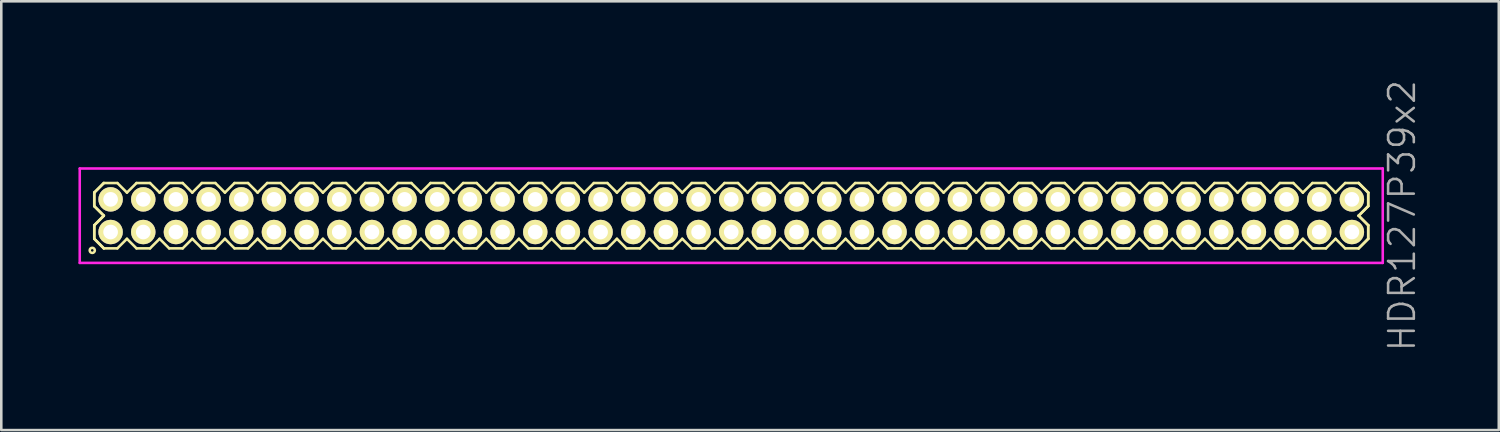
<source format=kicad_pcb>
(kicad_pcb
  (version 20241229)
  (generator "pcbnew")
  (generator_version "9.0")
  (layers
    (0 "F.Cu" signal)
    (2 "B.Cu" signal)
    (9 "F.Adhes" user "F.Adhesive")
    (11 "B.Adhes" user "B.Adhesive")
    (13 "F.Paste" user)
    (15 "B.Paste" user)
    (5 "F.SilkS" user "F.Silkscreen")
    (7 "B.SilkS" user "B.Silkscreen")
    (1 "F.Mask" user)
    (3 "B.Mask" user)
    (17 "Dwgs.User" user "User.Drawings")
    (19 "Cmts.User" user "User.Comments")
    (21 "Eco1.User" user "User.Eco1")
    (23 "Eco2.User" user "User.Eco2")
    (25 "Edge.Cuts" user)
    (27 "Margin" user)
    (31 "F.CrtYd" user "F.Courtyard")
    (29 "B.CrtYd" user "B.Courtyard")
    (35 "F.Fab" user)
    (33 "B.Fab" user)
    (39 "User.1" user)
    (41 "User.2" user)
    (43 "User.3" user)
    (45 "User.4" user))
  (footprint "HDR127P39x2"
    (layer "F.Cu")
    (at 25.38 5.336)
    (property "Reference" "HDR127P39x2" (at 26.08 0 90) (layer "F.Fab") (effects (font (size 1 1) (thickness 0.1))))
    (attr through_hole)
    (fp_line (start -24.765 -0.898) (end -24.393 -1.27) (stroke (width 0.1) (type solid)) (layer "F.SilkS"))
    (fp_line (start -24.765 -0.898) (end -24.393 -1.27) (stroke (width 0.1) (type solid)) (layer "F.SilkS"))
    (fp_line (start -24.765 -0.372) (end -24.765 -0.898) (stroke (width 0.1) (type solid)) (layer "F.SilkS"))
    (fp_line (start -24.765 -0.372) (end -24.765 -0.898) (stroke (width 0.1) (type solid)) (layer "F.SilkS"))
    (fp_line (start -24.765 0.372) (end -24.393 0) (stroke (width 0.1) (type solid)) (layer "F.SilkS"))
    (fp_line (start -24.765 0.372) (end -24.393 0) (stroke (width 0.1) (type solid)) (layer "F.SilkS"))
    (fp_line (start -24.765 0.898) (end -24.765 0.372) (stroke (width 0.1) (type solid)) (layer "F.SilkS"))
    (fp_line (start -24.765 0.898) (end -24.765 0.372) (stroke (width 0.1) (type solid)) (layer "F.SilkS"))
    (fp_line (start -24.393 -1.27) (end -23.867 -1.27) (stroke (width 0.1) (type solid)) (layer "F.SilkS"))
    (fp_line (start -24.393 0) (end -24.765 -0.372) (stroke (width 0.1) (type solid)) (layer "F.SilkS"))
    (fp_line (start -24.393 0) (end -24.765 -0.372) (stroke (width 0.1) (type solid)) (layer "F.SilkS"))
    (fp_line (start -24.393 1.27) (end -24.765 0.898) (stroke (width 0.1) (type solid)) (layer "F.SilkS"))
    (fp_line (start -24.393 1.27) (end -24.765 0.898) (stroke (width 0.1) (type solid)) (layer "F.SilkS"))
    (fp_line (start -23.867 -1.27) (end -23.495 -0.898) (stroke (width 0.1) (type solid)) (layer "F.SilkS"))
    (fp_line (start -23.867 1.27) (end -24.393 1.27) (stroke (width 0.1) (type solid)) (layer "F.SilkS"))
    (fp_line (start -23.495 -0.898) (end -23.123 -1.27) (stroke (width 0.1) (type solid)) (layer "F.SilkS"))
    (fp_line (start -23.495 0.898) (end -23.867 1.27) (stroke (width 0.1) (type solid)) (layer "F.SilkS"))
    (fp_line (start -23.123 -1.27) (end -22.597 -1.27) (stroke (width 0.1) (type solid)) (layer "F.SilkS"))
    (fp_line (start -23.123 1.27) (end -23.495 0.898) (stroke (width 0.1) (type solid)) (layer "F.SilkS"))
    (fp_line (start -22.597 -1.27) (end -22.225 -0.898) (stroke (width 0.1) (type solid)) (layer "F.SilkS"))
    (fp_line (start -22.597 1.27) (end -23.123 1.27) (stroke (width 0.1) (type solid)) (layer "F.SilkS"))
    (fp_line (start -22.225 -0.898) (end -21.853 -1.27) (stroke (width 0.1) (type solid)) (layer "F.SilkS"))
    (fp_line (start -22.225 0.898) (end -22.597 1.27) (stroke (width 0.1) (type solid)) (layer "F.SilkS"))
    (fp_line (start -21.853 -1.27) (end -21.327 -1.27) (stroke (width 0.1) (type solid)) (layer "F.SilkS"))
    (fp_line (start -21.853 1.27) (end -22.225 0.898) (stroke (width 0.1) (type solid)) (layer "F.SilkS"))
    (fp_line (start -21.327 -1.27) (end -20.955 -0.898) (stroke (width 0.1) (type solid)) (layer "F.SilkS"))
    (fp_line (start -21.327 1.27) (end -21.853 1.27) (stroke (width 0.1) (type solid)) (layer "F.SilkS"))
    (fp_line (start -20.955 -0.898) (end -20.583 -1.27) (stroke (width 0.1) (type solid)) (layer "F.SilkS"))
    (fp_line (start -20.955 0.898) (end -21.327 1.27) (stroke (width 0.1) (type solid)) (layer "F.SilkS"))
    (fp_line (start -20.583 -1.27) (end -20.057 -1.27) (stroke (width 0.1) (type solid)) (layer "F.SilkS"))
    (fp_line (start -20.583 1.27) (end -20.955 0.898) (stroke (width 0.1) (type solid)) (layer "F.SilkS"))
    (fp_line (start -20.057 -1.27) (end -19.685 -0.898) (stroke (width 0.1) (type solid)) (layer "F.SilkS"))
    (fp_line (start -20.057 1.27) (end -20.583 1.27) (stroke (width 0.1) (type solid)) (layer "F.SilkS"))
    (fp_line (start -19.685 -0.898) (end -19.313 -1.27) (stroke (width 0.1) (type solid)) (layer "F.SilkS"))
    (fp_line (start -19.685 0.898) (end -20.057 1.27) (stroke (width 0.1) (type solid)) (layer "F.SilkS"))
    (fp_line (start -19.313 -1.27) (end -18.787 -1.27) (stroke (width 0.1) (type solid)) (layer "F.SilkS"))
    (fp_line (start -19.313 1.27) (end -19.685 0.898) (stroke (width 0.1) (type solid)) (layer "F.SilkS"))
    (fp_line (start -18.787 -1.27) (end -18.415 -0.898) (stroke (width 0.1) (type solid)) (layer "F.SilkS"))
    (fp_line (start -18.787 1.27) (end -19.313 1.27) (stroke (width 0.1) (type solid)) (layer "F.SilkS"))
    (fp_line (start -18.415 -0.898) (end -18.043 -1.27) (stroke (width 0.1) (type solid)) (layer "F.SilkS"))
    (fp_line (start -18.415 0.898) (end -18.787 1.27) (stroke (width 0.1) (type solid)) (layer "F.SilkS"))
    (fp_line (start -18.043 -1.27) (end -17.517 -1.27) (stroke (width 0.1) (type solid)) (layer "F.SilkS"))
    (fp_line (start -18.043 1.27) (end -18.415 0.898) (stroke (width 0.1) (type solid)) (layer "F.SilkS"))
    (fp_line (start -17.517 -1.27) (end -17.145 -0.898) (stroke (width 0.1) (type solid)) (layer "F.SilkS"))
    (fp_line (start -17.517 1.27) (end -18.043 1.27) (stroke (width 0.1) (type solid)) (layer "F.SilkS"))
    (fp_line (start -17.145 -0.898) (end -16.773 -1.27) (stroke (width 0.1) (type solid)) (layer "F.SilkS"))
    (fp_line (start -17.145 0.898) (end -17.517 1.27) (stroke (width 0.1) (type solid)) (layer "F.SilkS"))
    (fp_line (start -16.773 -1.27) (end -16.247 -1.27) (stroke (width 0.1) (type solid)) (layer "F.SilkS"))
    (fp_line (start -16.773 1.27) (end -17.145 0.898) (stroke (width 0.1) (type solid)) (layer "F.SilkS"))
    (fp_line (start -16.247 -1.27) (end -15.875 -0.898) (stroke (width 0.1) (type solid)) (layer "F.SilkS"))
    (fp_line (start -16.247 1.27) (end -16.773 1.27) (stroke (width 0.1) (type solid)) (layer "F.SilkS"))
    (fp_line (start -15.875 -0.898) (end -15.503 -1.27) (stroke (width 0.1) (type solid)) (layer "F.SilkS"))
    (fp_line (start -15.875 0.898) (end -16.247 1.27) (stroke (width 0.1) (type solid)) (layer "F.SilkS"))
    (fp_line (start -15.503 -1.27) (end -14.977 -1.27) (stroke (width 0.1) (type solid)) (layer "F.SilkS"))
    (fp_line (start -15.503 1.27) (end -15.875 0.898) (stroke (width 0.1) (type solid)) (layer "F.SilkS"))
    (fp_line (start -14.977 -1.27) (end -14.605 -0.898) (stroke (width 0.1) (type solid)) (layer "F.SilkS"))
    (fp_line (start -14.977 1.27) (end -15.503 1.27) (stroke (width 0.1) (type solid)) (layer "F.SilkS"))
    (fp_line (start -14.605 -0.898) (end -14.233 -1.27) (stroke (width 0.1) (type solid)) (layer "F.SilkS"))
    (fp_line (start -14.605 0.898) (end -14.977 1.27) (stroke (width 0.1) (type solid)) (layer "F.SilkS"))
    (fp_line (start -14.233 -1.27) (end -13.707 -1.27) (stroke (width 0.1) (type solid)) (layer "F.SilkS"))
    (fp_line (start -14.233 1.27) (end -14.605 0.898) (stroke (width 0.1) (type solid)) (layer "F.SilkS"))
    (fp_line (start -13.707 -1.27) (end -13.335 -0.898) (stroke (width 0.1) (type solid)) (layer "F.SilkS"))
    (fp_line (start -13.707 1.27) (end -14.233 1.27) (stroke (width 0.1) (type solid)) (layer "F.SilkS"))
    (fp_line (start -13.335 -0.898) (end -12.963 -1.27) (stroke (width 0.1) (type solid)) (layer "F.SilkS"))
    (fp_line (start -13.335 0.898) (end -13.707 1.27) (stroke (width 0.1) (type solid)) (layer "F.SilkS"))
    (fp_line (start -12.963 -1.27) (end -12.437 -1.27) (stroke (width 0.1) (type solid)) (layer "F.SilkS"))
    (fp_line (start -12.963 1.27) (end -13.335 0.898) (stroke (width 0.1) (type solid)) (layer "F.SilkS"))
    (fp_line (start -12.437 -1.27) (end -12.065 -0.898) (stroke (width 0.1) (type solid)) (layer "F.SilkS"))
    (fp_line (start -12.437 1.27) (end -12.963 1.27) (stroke (width 0.1) (type solid)) (layer "F.SilkS"))
    (fp_line (start -12.065 -0.898) (end -11.693 -1.27) (stroke (width 0.1) (type solid)) (layer "F.SilkS"))
    (fp_line (start -12.065 0.898) (end -12.437 1.27) (stroke (width 0.1) (type solid)) (layer "F.SilkS"))
    (fp_line (start -11.693 -1.27) (end -11.167 -1.27) (stroke (width 0.1) (type solid)) (layer "F.SilkS"))
    (fp_line (start -11.693 1.27) (end -12.065 0.898) (stroke (width 0.1) (type solid)) (layer "F.SilkS"))
    (fp_line (start -11.167 -1.27) (end -10.795 -0.898) (stroke (width 0.1) (type solid)) (layer "F.SilkS"))
    (fp_line (start -11.167 1.27) (end -11.693 1.27) (stroke (width 0.1) (type solid)) (layer "F.SilkS"))
    (fp_line (start -10.795 -0.898) (end -10.423 -1.27) (stroke (width 0.1) (type solid)) (layer "F.SilkS"))
    (fp_line (start -10.795 0.898) (end -11.167 1.27) (stroke (width 0.1) (type solid)) (layer "F.SilkS"))
    (fp_line (start -10.423 -1.27) (end -9.897 -1.27) (stroke (width 0.1) (type solid)) (layer "F.SilkS"))
    (fp_line (start -10.423 1.27) (end -10.795 0.898) (stroke (width 0.1) (type solid)) (layer "F.SilkS"))
    (fp_line (start -9.897 -1.27) (end -9.525 -0.898) (stroke (width 0.1) (type solid)) (layer "F.SilkS"))
    (fp_line (start -9.897 1.27) (end -10.423 1.27) (stroke (width 0.1) (type solid)) (layer "F.SilkS"))
    (fp_line (start -9.525 -0.898) (end -9.153 -1.27) (stroke (width 0.1) (type solid)) (layer "F.SilkS"))
    (fp_line (start -9.525 0.898) (end -9.897 1.27) (stroke (width 0.1) (type solid)) (layer "F.SilkS"))
    (fp_line (start -9.153 -1.27) (end -8.627 -1.27) (stroke (width 0.1) (type solid)) (layer "F.SilkS"))
    (fp_line (start -9.153 1.27) (end -9.525 0.898) (stroke (width 0.1) (type solid)) (layer "F.SilkS"))
    (fp_line (start -8.627 -1.27) (end -8.255 -0.898) (stroke (width 0.1) (type solid)) (layer "F.SilkS"))
    (fp_line (start -8.627 1.27) (end -9.153 1.27) (stroke (width 0.1) (type solid)) (layer "F.SilkS"))
    (fp_line (start -8.255 -0.898) (end -7.883 -1.27) (stroke (width 0.1) (type solid)) (layer "F.SilkS"))
    (fp_line (start -8.255 0.898) (end -8.627 1.27) (stroke (width 0.1) (type solid)) (layer "F.SilkS"))
    (fp_line (start -7.883 -1.27) (end -7.357 -1.27) (stroke (width 0.1) (type solid)) (layer "F.SilkS"))
    (fp_line (start -7.883 1.27) (end -8.255 0.898) (stroke (width 0.1) (type solid)) (layer "F.SilkS"))
    (fp_line (start -7.357 -1.27) (end -6.985 -0.898) (stroke (width 0.1) (type solid)) (layer "F.SilkS"))
    (fp_line (start -7.357 1.27) (end -7.883 1.27) (stroke (width 0.1) (type solid)) (layer "F.SilkS"))
    (fp_line (start -6.985 -0.898) (end -6.613 -1.27) (stroke (width 0.1) (type solid)) (layer "F.SilkS"))
    (fp_line (start -6.985 0.898) (end -7.357 1.27) (stroke (width 0.1) (type solid)) (layer "F.SilkS"))
    (fp_line (start -6.613 -1.27) (end -6.087 -1.27) (stroke (width 0.1) (type solid)) (layer "F.SilkS"))
    (fp_line (start -6.613 1.27) (end -6.985 0.898) (stroke (width 0.1) (type solid)) (layer "F.SilkS"))
    (fp_line (start -6.087 -1.27) (end -5.715 -0.898) (stroke (width 0.1) (type solid)) (layer "F.SilkS"))
    (fp_line (start -6.087 1.27) (end -6.613 1.27) (stroke (width 0.1) (type solid)) (layer "F.SilkS"))
    (fp_line (start -5.715 -0.898) (end -5.343 -1.27) (stroke (width 0.1) (type solid)) (layer "F.SilkS"))
    (fp_line (start -5.715 0.898) (end -6.087 1.27) (stroke (width 0.1) (type solid)) (layer "F.SilkS"))
    (fp_line (start -5.343 -1.27) (end -4.817 -1.27) (stroke (width 0.1) (type solid)) (layer "F.SilkS"))
    (fp_line (start -5.343 1.27) (end -5.715 0.898) (stroke (width 0.1) (type solid)) (layer "F.SilkS"))
    (fp_line (start -4.817 -1.27) (end -4.445 -0.898) (stroke (width 0.1) (type solid)) (layer "F.SilkS"))
    (fp_line (start -4.817 1.27) (end -5.343 1.27) (stroke (width 0.1) (type solid)) (layer "F.SilkS"))
    (fp_line (start -4.445 -0.898) (end -4.073 -1.27) (stroke (width 0.1) (type solid)) (layer "F.SilkS"))
    (fp_line (start -4.445 0.898) (end -4.817 1.27) (stroke (width 0.1) (type solid)) (layer "F.SilkS"))
    (fp_line (start -4.073 -1.27) (end -3.547 -1.27) (stroke (width 0.1) (type solid)) (layer "F.SilkS"))
    (fp_line (start -4.073 1.27) (end -4.445 0.898) (stroke (width 0.1) (type solid)) (layer "F.SilkS"))
    (fp_line (start -3.547 -1.27) (end -3.175 -0.898) (stroke (width 0.1) (type solid)) (layer "F.SilkS"))
    (fp_line (start -3.547 1.27) (end -4.073 1.27) (stroke (width 0.1) (type solid)) (layer "F.SilkS"))
    (fp_line (start -3.175 -0.898) (end -2.803 -1.27) (stroke (width 0.1) (type solid)) (layer "F.SilkS"))
    (fp_line (start -3.175 0.898) (end -3.547 1.27) (stroke (width 0.1) (type solid)) (layer "F.SilkS"))
    (fp_line (start -2.803 -1.27) (end -2.277 -1.27) (stroke (width 0.1) (type solid)) (layer "F.SilkS"))
    (fp_line (start -2.803 1.27) (end -3.175 0.898) (stroke (width 0.1) (type solid)) (layer "F.SilkS"))
    (fp_line (start -2.277 -1.27) (end -1.905 -0.898) (stroke (width 0.1) (type solid)) (layer "F.SilkS"))
    (fp_line (start -2.277 1.27) (end -2.803 1.27) (stroke (width 0.1) (type solid)) (layer "F.SilkS"))
    (fp_line (start -1.905 -0.898) (end -1.533 -1.27) (stroke (width 0.1) (type solid)) (layer "F.SilkS"))
    (fp_line (start -1.905 0.898) (end -2.277 1.27) (stroke (width 0.1) (type solid)) (layer "F.SilkS"))
    (fp_line (start -1.533 -1.27) (end -1.007 -1.27) (stroke (width 0.1) (type solid)) (layer "F.SilkS"))
    (fp_line (start -1.533 1.27) (end -1.905 0.898) (stroke (width 0.1) (type solid)) (layer "F.SilkS"))
    (fp_line (start -1.007 -1.27) (end -0.635 -0.898) (stroke (width 0.1) (type solid)) (layer "F.SilkS"))
    (fp_line (start -1.007 1.27) (end -1.533 1.27) (stroke (width 0.1) (type solid)) (layer "F.SilkS"))
    (fp_line (start -0.635 -0.898) (end -0.263 -1.27) (stroke (width 0.1) (type solid)) (layer "F.SilkS"))
    (fp_line (start -0.635 0.898) (end -1.007 1.27) (stroke (width 0.1) (type solid)) (layer "F.SilkS"))
    (fp_line (start -0.263 -1.27) (end 0.263 -1.27) (stroke (width 0.1) (type solid)) (layer "F.SilkS"))
    (fp_line (start -0.263 1.27) (end -0.635 0.898) (stroke (width 0.1) (type solid)) (layer "F.SilkS"))
    (fp_line (start 0.263 -1.27) (end 0.635 -0.898) (stroke (width 0.1) (type solid)) (layer "F.SilkS"))
    (fp_line (start 0.263 1.27) (end -0.263 1.27) (stroke (width 0.1) (type solid)) (layer "F.SilkS"))
    (fp_line (start 0.635 -0.898) (end 1.007 -1.27) (stroke (width 0.1) (type solid)) (layer "F.SilkS"))
    (fp_line (start 0.635 0.898) (end 0.263 1.27) (stroke (width 0.1) (type solid)) (layer "F.SilkS"))
    (fp_line (start 1.007 -1.27) (end 1.533 -1.27) (stroke (width 0.1) (type solid)) (layer "F.SilkS"))
    (fp_line (start 1.007 1.27) (end 0.635 0.898) (stroke (width 0.1) (type solid)) (layer "F.SilkS"))
    (fp_line (start 1.533 -1.27) (end 1.905 -0.898) (stroke (width 0.1) (type solid)) (layer "F.SilkS"))
    (fp_line (start 1.533 1.27) (end 1.007 1.27) (stroke (width 0.1) (type solid)) (layer "F.SilkS"))
    (fp_line (start 1.905 -0.898) (end 2.277 -1.27) (stroke (width 0.1) (type solid)) (layer "F.SilkS"))
    (fp_line (start 1.905 0.898) (end 1.533 1.27) (stroke (width 0.1) (type solid)) (layer "F.SilkS"))
    (fp_line (start 2.277 -1.27) (end 2.803 -1.27) (stroke (width 0.1) (type solid)) (layer "F.SilkS"))
    (fp_line (start 2.277 1.27) (end 1.905 0.898) (stroke (width 0.1) (type solid)) (layer "F.SilkS"))
    (fp_line (start 2.803 -1.27) (end 3.175 -0.898) (stroke (width 0.1) (type solid)) (layer "F.SilkS"))
    (fp_line (start 2.803 1.27) (end 2.277 1.27) (stroke (width 0.1) (type solid)) (layer "F.SilkS"))
    (fp_line (start 3.175 -0.898) (end 3.547 -1.27) (stroke (width 0.1) (type solid)) (layer "F.SilkS"))
    (fp_line (start 3.175 0.898) (end 2.803 1.27) (stroke (width 0.1) (type solid)) (layer "F.SilkS"))
    (fp_line (start 3.547 -1.27) (end 4.073 -1.27) (stroke (width 0.1) (type solid)) (layer "F.SilkS"))
    (fp_line (start 3.547 1.27) (end 3.175 0.898) (stroke (width 0.1) (type solid)) (layer "F.SilkS"))
    (fp_line (start 4.073 -1.27) (end 4.445 -0.898) (stroke (width 0.1) (type solid)) (layer "F.SilkS"))
    (fp_line (start 4.073 1.27) (end 3.547 1.27) (stroke (width 0.1) (type solid)) (layer "F.SilkS"))
    (fp_line (start 4.445 -0.898) (end 4.817 -1.27) (stroke (width 0.1) (type solid)) (layer "F.SilkS"))
    (fp_line (start 4.445 0.898) (end 4.073 1.27) (stroke (width 0.1) (type solid)) (layer "F.SilkS"))
    (fp_line (start 4.817 -1.27) (end 5.343 -1.27) (stroke (width 0.1) (type solid)) (layer "F.SilkS"))
    (fp_line (start 4.817 1.27) (end 4.445 0.898) (stroke (width 0.1) (type solid)) (layer "F.SilkS"))
    (fp_line (start 5.343 -1.27) (end 5.715 -0.898) (stroke (width 0.1) (type solid)) (layer "F.SilkS"))
    (fp_line (start 5.343 1.27) (end 4.817 1.27) (stroke (width 0.1) (type solid)) (layer "F.SilkS"))
    (fp_line (start 5.715 -0.898) (end 6.087 -1.27) (stroke (width 0.1) (type solid)) (layer "F.SilkS"))
    (fp_line (start 5.715 0.898) (end 5.343 1.27) (stroke (width 0.1) (type solid)) (layer "F.SilkS"))
    (fp_line (start 6.087 -1.27) (end 6.613 -1.27) (stroke (width 0.1) (type solid)) (layer "F.SilkS"))
    (fp_line (start 6.087 1.27) (end 5.715 0.898) (stroke (width 0.1) (type solid)) (layer "F.SilkS"))
    (fp_line (start 6.613 -1.27) (end 6.985 -0.898) (stroke (width 0.1) (type solid)) (layer "F.SilkS"))
    (fp_line (start 6.613 1.27) (end 6.087 1.27) (stroke (width 0.1) (type solid)) (layer "F.SilkS"))
    (fp_line (start 6.985 -0.898) (end 7.357 -1.27) (stroke (width 0.1) (type solid)) (layer "F.SilkS"))
    (fp_line (start 6.985 0.898) (end 6.613 1.27) (stroke (width 0.1) (type solid)) (layer "F.SilkS"))
    (fp_line (start 7.357 -1.27) (end 7.883 -1.27) (stroke (width 0.1) (type solid)) (layer "F.SilkS"))
    (fp_line (start 7.357 1.27) (end 6.985 0.898) (stroke (width 0.1) (type solid)) (layer "F.SilkS"))
    (fp_line (start 7.883 -1.27) (end 8.255 -0.898) (stroke (width 0.1) (type solid)) (layer "F.SilkS"))
    (fp_line (start 7.883 1.27) (end 7.357 1.27) (stroke (width 0.1) (type solid)) (layer "F.SilkS"))
    (fp_line (start 8.255 -0.898) (end 8.627 -1.27) (stroke (width 0.1) (type solid)) (layer "F.SilkS"))
    (fp_line (start 8.255 0.898) (end 7.883 1.27) (stroke (width 0.1) (type solid)) (layer "F.SilkS"))
    (fp_line (start 8.627 -1.27) (end 9.153 -1.27) (stroke (width 0.1) (type solid)) (layer "F.SilkS"))
    (fp_line (start 8.627 1.27) (end 8.255 0.898) (stroke (width 0.1) (type solid)) (layer "F.SilkS"))
    (fp_line (start 9.153 -1.27) (end 9.525 -0.898) (stroke (width 0.1) (type solid)) (layer "F.SilkS"))
    (fp_line (start 9.153 1.27) (end 8.627 1.27) (stroke (width 0.1) (type solid)) (layer "F.SilkS"))
    (fp_line (start 9.525 -0.898) (end 9.897 -1.27) (stroke (width 0.1) (type solid)) (layer "F.SilkS"))
    (fp_line (start 9.525 0.898) (end 9.153 1.27) (stroke (width 0.1) (type solid)) (layer "F.SilkS"))
    (fp_line (start 9.897 -1.27) (end 10.423 -1.27) (stroke (width 0.1) (type solid)) (layer "F.SilkS"))
    (fp_line (start 9.897 1.27) (end 9.525 0.898) (stroke (width 0.1) (type solid)) (layer "F.SilkS"))
    (fp_line (start 10.423 -1.27) (end 10.795 -0.898) (stroke (width 0.1) (type solid)) (layer "F.SilkS"))
    (fp_line (start 10.423 1.27) (end 9.897 1.27) (stroke (width 0.1) (type solid)) (layer "F.SilkS"))
    (fp_line (start 10.795 -0.898) (end 11.167 -1.27) (stroke (width 0.1) (type solid)) (layer "F.SilkS"))
    (fp_line (start 10.795 0.898) (end 10.423 1.27) (stroke (width 0.1) (type solid)) (layer "F.SilkS"))
    (fp_line (start 11.167 -1.27) (end 11.693 -1.27) (stroke (width 0.1) (type solid)) (layer "F.SilkS"))
    (fp_line (start 11.167 1.27) (end 10.795 0.898) (stroke (width 0.1) (type solid)) (layer "F.SilkS"))
    (fp_line (start 11.693 -1.27) (end 12.065 -0.898) (stroke (width 0.1) (type solid)) (layer "F.SilkS"))
    (fp_line (start 11.693 1.27) (end 11.167 1.27) (stroke (width 0.1) (type solid)) (layer "F.SilkS"))
    (fp_line (start 12.065 -0.898) (end 12.437 -1.27) (stroke (width 0.1) (type solid)) (layer "F.SilkS"))
    (fp_line (start 12.065 0.898) (end 11.693 1.27) (stroke (width 0.1) (type solid)) (layer "F.SilkS"))
    (fp_line (start 12.437 -1.27) (end 12.963 -1.27) (stroke (width 0.1) (type solid)) (layer "F.SilkS"))
    (fp_line (start 12.437 1.27) (end 12.065 0.898) (stroke (width 0.1) (type solid)) (layer "F.SilkS"))
    (fp_line (start 12.963 -1.27) (end 13.335 -0.898) (stroke (width 0.1) (type solid)) (layer "F.SilkS"))
    (fp_line (start 12.963 1.27) (end 12.437 1.27) (stroke (width 0.1) (type solid)) (layer "F.SilkS"))
    (fp_line (start 13.335 -0.898) (end 13.707 -1.27) (stroke (width 0.1) (type solid)) (layer "F.SilkS"))
    (fp_line (start 13.335 0.898) (end 12.963 1.27) (stroke (width 0.1) (type solid)) (layer "F.SilkS"))
    (fp_line (start 13.707 -1.27) (end 14.233 -1.27) (stroke (width 0.1) (type solid)) (layer "F.SilkS"))
    (fp_line (start 13.707 1.27) (end 13.335 0.898) (stroke (width 0.1) (type solid)) (layer "F.SilkS"))
    (fp_line (start 14.233 -1.27) (end 14.605 -0.898) (stroke (width 0.1) (type solid)) (layer "F.SilkS"))
    (fp_line (start 14.233 1.27) (end 13.707 1.27) (stroke (width 0.1) (type solid)) (layer "F.SilkS"))
    (fp_line (start 14.605 -0.898) (end 14.977 -1.27) (stroke (width 0.1) (type solid)) (layer "F.SilkS"))
    (fp_line (start 14.605 0.898) (end 14.233 1.27) (stroke (width 0.1) (type solid)) (layer "F.SilkS"))
    (fp_line (start 14.977 -1.27) (end 15.503 -1.27) (stroke (width 0.1) (type solid)) (layer "F.SilkS"))
    (fp_line (start 14.977 1.27) (end 14.605 0.898) (stroke (width 0.1) (type solid)) (layer "F.SilkS"))
    (fp_line (start 15.503 -1.27) (end 15.875 -0.898) (stroke (width 0.1) (type solid)) (layer "F.SilkS"))
    (fp_line (start 15.503 1.27) (end 14.977 1.27) (stroke (width 0.1) (type solid)) (layer "F.SilkS"))
    (fp_line (start 15.875 -0.898) (end 16.247 -1.27) (stroke (width 0.1) (type solid)) (layer "F.SilkS"))
    (fp_line (start 15.875 0.898) (end 15.503 1.27) (stroke (width 0.1) (type solid)) (layer "F.SilkS"))
    (fp_line (start 16.247 -1.27) (end 16.773 -1.27) (stroke (width 0.1) (type solid)) (layer "F.SilkS"))
    (fp_line (start 16.247 1.27) (end 15.875 0.898) (stroke (width 0.1) (type solid)) (layer "F.SilkS"))
    (fp_line (start 16.773 -1.27) (end 17.145 -0.898) (stroke (width 0.1) (type solid)) (layer "F.SilkS"))
    (fp_line (start 16.773 1.27) (end 16.247 1.27) (stroke (width 0.1) (type solid)) (layer "F.SilkS"))
    (fp_line (start 17.145 -0.898) (end 17.517 -1.27) (stroke (width 0.1) (type solid)) (layer "F.SilkS"))
    (fp_line (start 17.145 0.898) (end 16.773 1.27) (stroke (width 0.1) (type solid)) (layer "F.SilkS"))
    (fp_line (start 17.517 -1.27) (end 18.043 -1.27) (stroke (width 0.1) (type solid)) (layer "F.SilkS"))
    (fp_line (start 17.517 1.27) (end 17.145 0.898) (stroke (width 0.1) (type solid)) (layer "F.SilkS"))
    (fp_line (start 18.043 -1.27) (end 18.415 -0.898) (stroke (width 0.1) (type solid)) (layer "F.SilkS"))
    (fp_line (start 18.043 1.27) (end 17.517 1.27) (stroke (width 0.1) (type solid)) (layer "F.SilkS"))
    (fp_line (start 18.415 -0.898) (end 18.787 -1.27) (stroke (width 0.1) (type solid)) (layer "F.SilkS"))
    (fp_line (start 18.415 0.898) (end 18.043 1.27) (stroke (width 0.1) (type solid)) (layer "F.SilkS"))
    (fp_line (start 18.787 -1.27) (end 19.313 -1.27) (stroke (width 0.1) (type solid)) (layer "F.SilkS"))
    (fp_line (start 18.787 1.27) (end 18.415 0.898) (stroke (width 0.1) (type solid)) (layer "F.SilkS"))
    (fp_line (start 19.313 -1.27) (end 19.685 -0.898) (stroke (width 0.1) (type solid)) (layer "F.SilkS"))
    (fp_line (start 19.313 1.27) (end 18.787 1.27) (stroke (width 0.1) (type solid)) (layer "F.SilkS"))
    (fp_line (start 19.685 -0.898) (end 20.057 -1.27) (stroke (width 0.1) (type solid)) (layer "F.SilkS"))
    (fp_line (start 19.685 0.898) (end 19.313 1.27) (stroke (width 0.1) (type solid)) (layer "F.SilkS"))
    (fp_line (start 20.057 -1.27) (end 20.583 -1.27) (stroke (width 0.1) (type solid)) (layer "F.SilkS"))
    (fp_line (start 20.057 1.27) (end 19.685 0.898) (stroke (width 0.1) (type solid)) (layer "F.SilkS"))
    (fp_line (start 20.583 -1.27) (end 20.955 -0.898) (stroke (width 0.1) (type solid)) (layer "F.SilkS"))
    (fp_line (start 20.583 1.27) (end 20.057 1.27) (stroke (width 0.1) (type solid)) (layer "F.SilkS"))
    (fp_line (start 20.955 -0.898) (end 21.327 -1.27) (stroke (width 0.1) (type solid)) (layer "F.SilkS"))
    (fp_line (start 20.955 0.898) (end 20.583 1.27) (stroke (width 0.1) (type solid)) (layer "F.SilkS"))
    (fp_line (start 21.327 -1.27) (end 21.853 -1.27) (stroke (width 0.1) (type solid)) (layer "F.SilkS"))
    (fp_line (start 21.327 1.27) (end 20.955 0.898) (stroke (width 0.1) (type solid)) (layer "F.SilkS"))
    (fp_line (start 21.853 -1.27) (end 22.225 -0.898) (stroke (width 0.1) (type solid)) (layer "F.SilkS"))
    (fp_line (start 21.853 1.27) (end 21.327 1.27) (stroke (width 0.1) (type solid)) (layer "F.SilkS"))
    (fp_line (start 22.225 -0.898) (end 22.597 -1.27) (stroke (width 0.1) (type solid)) (layer "F.SilkS"))
    (fp_line (start 22.225 0.898) (end 21.853 1.27) (stroke (width 0.1) (type solid)) (layer "F.SilkS"))
    (fp_line (start 22.597 -1.27) (end 23.123 -1.27) (stroke (width 0.1) (type solid)) (layer "F.SilkS"))
    (fp_line (start 22.597 1.27) (end 22.225 0.898) (stroke (width 0.1) (type solid)) (layer "F.SilkS"))
    (fp_line (start 23.123 -1.27) (end 23.495 -0.898) (stroke (width 0.1) (type solid)) (layer "F.SilkS"))
    (fp_line (start 23.123 1.27) (end 22.597 1.27) (stroke (width 0.1) (type solid)) (layer "F.SilkS"))
    (fp_line (start 23.495 -0.898) (end 23.867 -1.27) (stroke (width 0.1) (type solid)) (layer "F.SilkS"))
    (fp_line (start 23.495 0.898) (end 23.123 1.27) (stroke (width 0.1) (type solid)) (layer "F.SilkS"))
    (fp_line (start 23.867 -1.27) (end 24.393 -1.27) (stroke (width 0.1) (type solid)) (layer "F.SilkS"))
    (fp_line (start 23.867 1.27) (end 23.495 0.898) (stroke (width 0.1) (type solid)) (layer "F.SilkS"))
    (fp_line (start 24.393 -1.27) (end 24.765 -0.898) (stroke (width 0.1) (type solid)) (layer "F.SilkS"))
    (fp_line (start 24.393 -1.27) (end 24.765 -0.898) (stroke (width 0.1) (type solid)) (layer "F.SilkS"))
    (fp_line (start 24.393 0) (end 24.765 0.372) (stroke (width 0.1) (type solid)) (layer "F.SilkS"))
    (fp_line (start 24.393 0) (end 24.765 0.372) (stroke (width 0.1) (type solid)) (layer "F.SilkS"))
    (fp_line (start 24.393 1.27) (end 23.867 1.27) (stroke (width 0.1) (type solid)) (layer "F.SilkS"))
    (fp_line (start 24.765 -0.898) (end 24.765 -0.372) (stroke (width 0.1) (type solid)) (layer "F.SilkS"))
    (fp_line (start 24.765 -0.898) (end 24.765 -0.372) (stroke (width 0.1) (type solid)) (layer "F.SilkS"))
    (fp_line (start 24.765 -0.372) (end 24.393 0) (stroke (width 0.1) (type solid)) (layer "F.SilkS"))
    (fp_line (start 24.765 -0.372) (end 24.393 0) (stroke (width 0.1) (type solid)) (layer "F.SilkS"))
    (fp_line (start 24.765 0.372) (end 24.765 0.898) (stroke (width 0.1) (type solid)) (layer "F.SilkS"))
    (fp_line (start 24.765 0.372) (end 24.765 0.898) (stroke (width 0.1) (type solid)) (layer "F.SilkS"))
    (fp_line (start 24.765 0.898) (end 24.393 1.27) (stroke (width 0.1) (type solid)) (layer "F.SilkS"))
    (fp_line (start 24.765 0.898) (end 24.393 1.27) (stroke (width 0.1) (type solid)) (layer "F.SilkS"))
    (fp_circle (center -24.843 1.348) (end -24.743 1.348) (stroke (width 0.1) (type solid)) (fill no) (layer "F.SilkS"))
    (fp_line (start -25.33 -1.835) (end -25.33 1.835) (stroke (width 0.1) (type solid)) (layer "F.CrtYd"))
    (fp_line (start -25.33 1.835) (end 25.33 1.835) (stroke (width 0.1) (type solid)) (layer "F.CrtYd"))
    (fp_line (start 25.33 -1.835) (end -25.33 -1.835) (stroke (width 0.1) (type solid)) (layer "F.CrtYd"))
    (fp_line (start 25.33 1.835) (end 25.33 -1.835) (stroke (width 0.1) (type solid)) (layer "F.CrtYd"))
    (pad "1" thru_hole oval (at -24.13 0.635) (size 0.95 0.95) (drill 0.57) (layers "*.Cu" "*.Mask" "F.SilkS"))
    (pad "2" thru_hole oval (at -24.13 -0.635) (size 0.95 0.95) (drill 0.57) (layers "*.Cu" "*.Mask" "F.SilkS"))
    (pad "3" thru_hole oval (at -22.86 0.635) (size 0.95 0.95) (drill 0.57) (layers "*.Cu" "*.Mask" "F.SilkS"))
    (pad "4" thru_hole oval (at -22.86 -0.635) (size 0.95 0.95) (drill 0.57) (layers "*.Cu" "*.Mask" "F.SilkS"))
    (pad "5" thru_hole oval (at -21.59 0.635) (size 0.95 0.95) (drill 0.57) (layers "*.Cu" "*.Mask" "F.SilkS"))
    (pad "6" thru_hole oval (at -21.59 -0.635) (size 0.95 0.95) (drill 0.57) (layers "*.Cu" "*.Mask" "F.SilkS"))
    (pad "7" thru_hole oval (at -20.32 0.635) (size 0.95 0.95) (drill 0.57) (layers "*.Cu" "*.Mask" "F.SilkS"))
    (pad "8" thru_hole oval (at -20.32 -0.635) (size 0.95 0.95) (drill 0.57) (layers "*.Cu" "*.Mask" "F.SilkS"))
    (pad "9" thru_hole oval (at -19.05 0.635) (size 0.95 0.95) (drill 0.57) (layers "*.Cu" "*.Mask" "F.SilkS"))
    (pad "10" thru_hole oval (at -19.05 -0.635) (size 0.95 0.95) (drill 0.57) (layers "*.Cu" "*.Mask" "F.SilkS"))
    (pad "11" thru_hole oval (at -17.78 0.635) (size 0.95 0.95) (drill 0.57) (layers "*.Cu" "*.Mask" "F.SilkS"))
    (pad "12" thru_hole oval (at -17.78 -0.635) (size 0.95 0.95) (drill 0.57) (layers "*.Cu" "*.Mask" "F.SilkS"))
    (pad "13" thru_hole oval (at -16.51 0.635) (size 0.95 0.95) (drill 0.57) (layers "*.Cu" "*.Mask" "F.SilkS"))
    (pad "14" thru_hole oval (at -16.51 -0.635) (size 0.95 0.95) (drill 0.57) (layers "*.Cu" "*.Mask" "F.SilkS"))
    (pad "15" thru_hole oval (at -15.24 0.635) (size 0.95 0.95) (drill 0.57) (layers "*.Cu" "*.Mask" "F.SilkS"))
    (pad "16" thru_hole oval (at -15.24 -0.635) (size 0.95 0.95) (drill 0.57) (layers "*.Cu" "*.Mask" "F.SilkS"))
    (pad "17" thru_hole oval (at -13.97 0.635) (size 0.95 0.95) (drill 0.57) (layers "*.Cu" "*.Mask" "F.SilkS"))
    (pad "18" thru_hole oval (at -13.97 -0.635) (size 0.95 0.95) (drill 0.57) (layers "*.Cu" "*.Mask" "F.SilkS"))
    (pad "19" thru_hole oval (at -12.7 0.635) (size 0.95 0.95) (drill 0.57) (layers "*.Cu" "*.Mask" "F.SilkS"))
    (pad "20" thru_hole oval (at -12.7 -0.635) (size 0.95 0.95) (drill 0.57) (layers "*.Cu" "*.Mask" "F.SilkS"))
    (pad "21" thru_hole oval (at -11.43 0.635) (size 0.95 0.95) (drill 0.57) (layers "*.Cu" "*.Mask" "F.SilkS"))
    (pad "22" thru_hole oval (at -11.43 -0.635) (size 0.95 0.95) (drill 0.57) (layers "*.Cu" "*.Mask" "F.SilkS"))
    (pad "23" thru_hole oval (at -10.16 0.635) (size 0.95 0.95) (drill 0.57) (layers "*.Cu" "*.Mask" "F.SilkS"))
    (pad "24" thru_hole oval (at -10.16 -0.635) (size 0.95 0.95) (drill 0.57) (layers "*.Cu" "*.Mask" "F.SilkS"))
    (pad "25" thru_hole oval (at -8.89 0.635) (size 0.95 0.95) (drill 0.57) (layers "*.Cu" "*.Mask" "F.SilkS"))
    (pad "26" thru_hole oval (at -8.89 -0.635) (size 0.95 0.95) (drill 0.57) (layers "*.Cu" "*.Mask" "F.SilkS"))
    (pad "27" thru_hole oval (at -7.62 0.635) (size 0.95 0.95) (drill 0.57) (layers "*.Cu" "*.Mask" "F.SilkS"))
    (pad "28" thru_hole oval (at -7.62 -0.635) (size 0.95 0.95) (drill 0.57) (layers "*.Cu" "*.Mask" "F.SilkS"))
    (pad "29" thru_hole oval (at -6.35 0.635) (size 0.95 0.95) (drill 0.57) (layers "*.Cu" "*.Mask" "F.SilkS"))
    (pad "30" thru_hole oval (at -6.35 -0.635) (size 0.95 0.95) (drill 0.57) (layers "*.Cu" "*.Mask" "F.SilkS"))
    (pad "31" thru_hole oval (at -5.08 0.635) (size 0.95 0.95) (drill 0.57) (layers "*.Cu" "*.Mask" "F.SilkS"))
    (pad "32" thru_hole oval (at -5.08 -0.635) (size 0.95 0.95) (drill 0.57) (layers "*.Cu" "*.Mask" "F.SilkS"))
    (pad "33" thru_hole oval (at -3.81 0.635) (size 0.95 0.95) (drill 0.57) (layers "*.Cu" "*.Mask" "F.SilkS"))
    (pad "34" thru_hole oval (at -3.81 -0.635) (size 0.95 0.95) (drill 0.57) (layers "*.Cu" "*.Mask" "F.SilkS"))
    (pad "35" thru_hole oval (at -2.54 0.635) (size 0.95 0.95) (drill 0.57) (layers "*.Cu" "*.Mask" "F.SilkS"))
    (pad "36" thru_hole oval (at -2.54 -0.635) (size 0.95 0.95) (drill 0.57) (layers "*.Cu" "*.Mask" "F.SilkS"))
    (pad "37" thru_hole oval (at -1.27 0.635) (size 0.95 0.95) (drill 0.57) (layers "*.Cu" "*.Mask" "F.SilkS"))
    (pad "38" thru_hole oval (at -1.27 -0.635) (size 0.95 0.95) (drill 0.57) (layers "*.Cu" "*.Mask" "F.SilkS"))
    (pad "39" thru_hole oval (at 0 0.635) (size 0.95 0.95) (drill 0.57) (layers "*.Cu" "*.Mask" "F.SilkS"))
    (pad "40" thru_hole oval (at 0 -0.635) (size 0.95 0.95) (drill 0.57) (layers "*.Cu" "*.Mask" "F.SilkS"))
    (pad "41" thru_hole oval (at 1.27 0.635) (size 0.95 0.95) (drill 0.57) (layers "*.Cu" "*.Mask" "F.SilkS"))
    (pad "42" thru_hole oval (at 1.27 -0.635) (size 0.95 0.95) (drill 0.57) (layers "*.Cu" "*.Mask" "F.SilkS"))
    (pad "43" thru_hole oval (at 2.54 0.635) (size 0.95 0.95) (drill 0.57) (layers "*.Cu" "*.Mask" "F.SilkS"))
    (pad "44" thru_hole oval (at 2.54 -0.635) (size 0.95 0.95) (drill 0.57) (layers "*.Cu" "*.Mask" "F.SilkS"))
    (pad "45" thru_hole oval (at 3.81 0.635) (size 0.95 0.95) (drill 0.57) (layers "*.Cu" "*.Mask" "F.SilkS"))
    (pad "46" thru_hole oval (at 3.81 -0.635) (size 0.95 0.95) (drill 0.57) (layers "*.Cu" "*.Mask" "F.SilkS"))
    (pad "47" thru_hole oval (at 5.08 0.635) (size 0.95 0.95) (drill 0.57) (layers "*.Cu" "*.Mask" "F.SilkS"))
    (pad "48" thru_hole oval (at 5.08 -0.635) (size 0.95 0.95) (drill 0.57) (layers "*.Cu" "*.Mask" "F.SilkS"))
    (pad "49" thru_hole oval (at 6.35 0.635) (size 0.95 0.95) (drill 0.57) (layers "*.Cu" "*.Mask" "F.SilkS"))
    (pad "50" thru_hole oval (at 6.35 -0.635) (size 0.95 0.95) (drill 0.57) (layers "*.Cu" "*.Mask" "F.SilkS"))
    (pad "51" thru_hole oval (at 7.62 0.635) (size 0.95 0.95) (drill 0.57) (layers "*.Cu" "*.Mask" "F.SilkS"))
    (pad "52" thru_hole oval (at 7.62 -0.635) (size 0.95 0.95) (drill 0.57) (layers "*.Cu" "*.Mask" "F.SilkS"))
    (pad "53" thru_hole oval (at 8.89 0.635) (size 0.95 0.95) (drill 0.57) (layers "*.Cu" "*.Mask" "F.SilkS"))
    (pad "54" thru_hole oval (at 8.89 -0.635) (size 0.95 0.95) (drill 0.57) (layers "*.Cu" "*.Mask" "F.SilkS"))
    (pad "55" thru_hole oval (at 10.16 0.635) (size 0.95 0.95) (drill 0.57) (layers "*.Cu" "*.Mask" "F.SilkS"))
    (pad "56" thru_hole oval (at 10.16 -0.635) (size 0.95 0.95) (drill 0.57) (layers "*.Cu" "*.Mask" "F.SilkS"))
    (pad "57" thru_hole oval (at 11.43 0.635) (size 0.95 0.95) (drill 0.57) (layers "*.Cu" "*.Mask" "F.SilkS"))
    (pad "58" thru_hole oval (at 11.43 -0.635) (size 0.95 0.95) (drill 0.57) (layers "*.Cu" "*.Mask" "F.SilkS"))
    (pad "59" thru_hole oval (at 12.7 0.635) (size 0.95 0.95) (drill 0.57) (layers "*.Cu" "*.Mask" "F.SilkS"))
    (pad "60" thru_hole oval (at 12.7 -0.635) (size 0.95 0.95) (drill 0.57) (layers "*.Cu" "*.Mask" "F.SilkS"))
    (pad "61" thru_hole oval (at 13.97 0.635) (size 0.95 0.95) (drill 0.57) (layers "*.Cu" "*.Mask" "F.SilkS"))
    (pad "62" thru_hole oval (at 13.97 -0.635) (size 0.95 0.95) (drill 0.57) (layers "*.Cu" "*.Mask" "F.SilkS"))
    (pad "63" thru_hole oval (at 15.24 0.635) (size 0.95 0.95) (drill 0.57) (layers "*.Cu" "*.Mask" "F.SilkS"))
    (pad "64" thru_hole oval (at 15.24 -0.635) (size 0.95 0.95) (drill 0.57) (layers "*.Cu" "*.Mask" "F.SilkS"))
    (pad "65" thru_hole oval (at 16.51 0.635) (size 0.95 0.95) (drill 0.57) (layers "*.Cu" "*.Mask" "F.SilkS"))
    (pad "66" thru_hole oval (at 16.51 -0.635) (size 0.95 0.95) (drill 0.57) (layers "*.Cu" "*.Mask" "F.SilkS"))
    (pad "67" thru_hole oval (at 17.78 0.635) (size 0.95 0.95) (drill 0.57) (layers "*.Cu" "*.Mask" "F.SilkS"))
    (pad "68" thru_hole oval (at 17.78 -0.635) (size 0.95 0.95) (drill 0.57) (layers "*.Cu" "*.Mask" "F.SilkS"))
    (pad "69" thru_hole oval (at 19.05 0.635) (size 0.95 0.95) (drill 0.57) (layers "*.Cu" "*.Mask" "F.SilkS"))
    (pad "70" thru_hole oval (at 19.05 -0.635) (size 0.95 0.95) (drill 0.57) (layers "*.Cu" "*.Mask" "F.SilkS"))
    (pad "71" thru_hole oval (at 20.32 0.635) (size 0.95 0.95) (drill 0.57) (layers "*.Cu" "*.Mask" "F.SilkS"))
    (pad "72" thru_hole oval (at 20.32 -0.635) (size 0.95 0.95) (drill 0.57) (layers "*.Cu" "*.Mask" "F.SilkS"))
    (pad "73" thru_hole oval (at 21.59 0.635) (size 0.95 0.95) (drill 0.57) (layers "*.Cu" "*.Mask" "F.SilkS"))
    (pad "74" thru_hole oval (at 21.59 -0.635) (size 0.95 0.95) (drill 0.57) (layers "*.Cu" "*.Mask" "F.SilkS"))
    (pad "75" thru_hole oval (at 22.86 0.635) (size 0.95 0.95) (drill 0.57) (layers "*.Cu" "*.Mask" "F.SilkS"))
    (pad "76" thru_hole oval (at 22.86 -0.635) (size 0.95 0.95) (drill 0.57) (layers "*.Cu" "*.Mask" "F.SilkS"))
    (pad "77" thru_hole oval (at 24.13 0.635) (size 0.95 0.95) (drill 0.57) (layers "*.Cu" "*.Mask" "F.SilkS"))
    (pad "78" thru_hole oval (at 24.13 -0.635) (size 0.95 0.95) (drill 0.57) (layers "*.Cu" "*.Mask" "F.SilkS")))
  (gr_rect
    (start -3 -3)
    (end 55.221 13.671)
    (stroke (width 0.1) (type default))
    (fill no)
    (layer "Edge.Cuts")))
</source>
